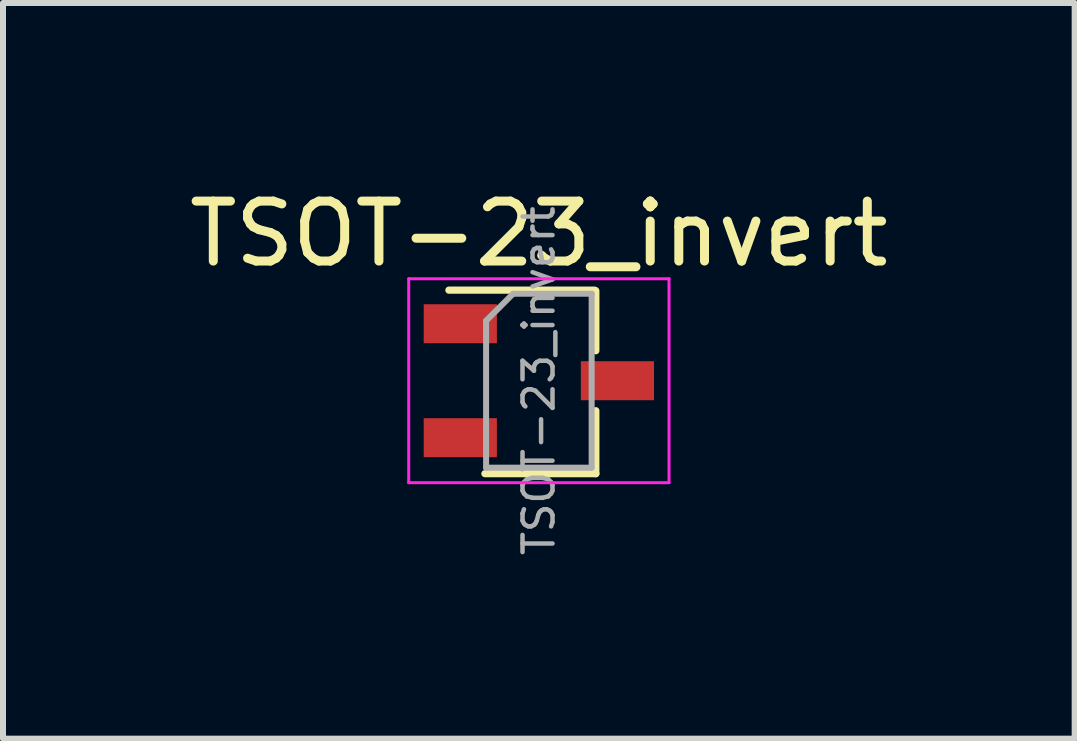
<source format=kicad_pcb>
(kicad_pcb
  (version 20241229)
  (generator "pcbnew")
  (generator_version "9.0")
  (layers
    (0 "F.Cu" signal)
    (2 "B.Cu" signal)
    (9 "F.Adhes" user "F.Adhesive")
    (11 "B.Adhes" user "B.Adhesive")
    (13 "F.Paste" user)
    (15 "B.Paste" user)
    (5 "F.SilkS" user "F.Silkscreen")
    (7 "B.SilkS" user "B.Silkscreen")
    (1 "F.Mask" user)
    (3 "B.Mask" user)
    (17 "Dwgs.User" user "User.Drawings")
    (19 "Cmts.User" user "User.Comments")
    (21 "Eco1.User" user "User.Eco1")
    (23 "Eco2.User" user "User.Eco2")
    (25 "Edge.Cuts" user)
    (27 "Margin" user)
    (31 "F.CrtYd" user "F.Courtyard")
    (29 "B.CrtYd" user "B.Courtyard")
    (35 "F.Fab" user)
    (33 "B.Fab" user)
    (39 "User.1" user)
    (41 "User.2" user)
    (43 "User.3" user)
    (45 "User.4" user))
  (footprint "TSOT-23_invert"
    (layer "F.Cu")
    (at 5.935 3.298)
    (property "Reference" "TSOT-23_invert" (at 0 -2.45 0) (layer "F.SilkS") (effects (font (size 1 1) (thickness 0.15))))
    (attr smd)
    (fp_line (start 0.93 -1.51) (end -1.5 -1.51) (stroke (width 0.12) (type solid)) (layer "F.SilkS"))
    (fp_line (start 0.95 -1.5) (end 0.95 -0.5) (stroke (width 0.12) (type solid)) (layer "F.SilkS"))
    (fp_line (start 0.95 0.5) (end 0.95 1.55) (stroke (width 0.12) (type solid)) (layer "F.SilkS"))
    (fp_line (start 0.95 1.55) (end -0.9 1.55) (stroke (width 0.12) (type solid)) (layer "F.SilkS"))
    (fp_line (start -2.17 -1.7) (end -2.17 1.7) (stroke (width 0.05) (type solid)) (layer "F.CrtYd"))
    (fp_line (start -2.17 -1.7) (end 2.17 -1.7) (stroke (width 0.05) (type solid)) (layer "F.CrtYd"))
    (fp_line (start 2.17 1.7) (end -2.17 1.7) (stroke (width 0.05) (type solid)) (layer "F.CrtYd"))
    (fp_line (start 2.17 1.7) (end 2.17 -1.7) (stroke (width 0.05) (type solid)) (layer "F.CrtYd"))
    (fp_line (start -0.88 -1) (end -0.88 1.45) (stroke (width 0.1) (type solid)) (layer "F.Fab"))
    (fp_line (start -0.88 -1) (end -0.43 -1.45) (stroke (width 0.1) (type solid)) (layer "F.Fab"))
    (fp_line (start 0.88 -1.45) (end -0.43 -1.45) (stroke (width 0.1) (type solid)) (layer "F.Fab"))
    (fp_line (start 0.88 -1.45) (end 0.88 1.45) (stroke (width 0.1) (type solid)) (layer "F.Fab"))
    (fp_line (start 0.88 1.45) (end -0.88 1.45) (stroke (width 0.1) (type solid)) (layer "F.Fab"))
    (fp_text user "${REFERENCE}" (at 0 0 90) (layer "F.Fab") (effects (font (size 0.5 0.5) (thickness 0.075))))
    (pad "1" smd rect (at -1.31 0.95) (size 1.22 0.65) (layers "F.Cu" "F.Mask" "F.Paste"))
    (pad "2" smd rect (at -1.31 -0.95) (size 1.22 0.65) (layers "F.Cu" "F.Mask" "F.Paste"))
    (pad "3" smd rect (at 1.31 0) (size 1.22 0.65) (layers "F.Cu" "F.Mask" "F.Paste")))
  (gr_rect
    (start -3 -3)
    (end 14.869 9.266)
    (stroke (width 0.1) (type default))
    (fill no)
    (layer "Edge.Cuts")))
</source>
